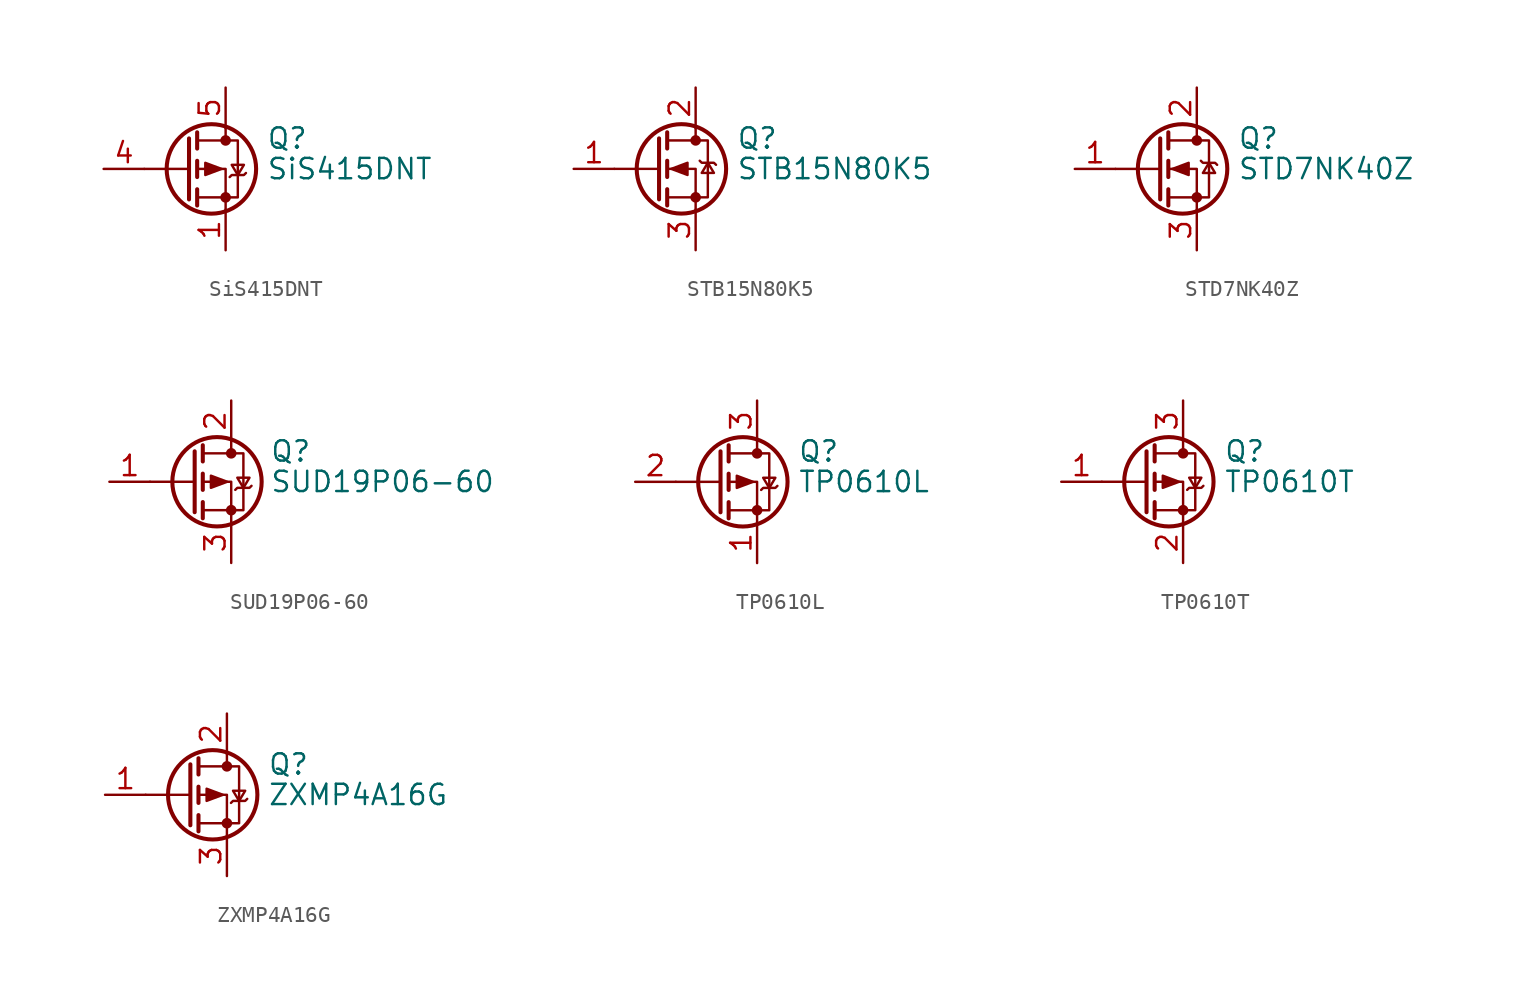
<source format=kicad_sym>
(kicad_symbol_lib
  (version 20241209)
  (generator "kicad_symbol_editor")
  (generator_version "9.0")
  (symbol "SiS415DNT"
    (pin_names
      (hide yes))
    (property "Reference" "Q"
      (at 5.08 1.905 0)
      (effects (font (size 1.27 1.27)) (justify left)))
    (property "Value" "SiS415DNT"
      (at 5.08 0 0)
      (effects (font (size 1.27 1.27)) (justify left)))
    (symbol "SiS415DNT_0_1"
      (polyline (pts (xy 0.254 1.905) (xy 0.254 -1.905)) (stroke (width 0.254) (type default)) (fill (type none)))
      (polyline (pts (xy 0.254 0) (xy -2.54 0)) (stroke (width 0) (type default)) (fill (type none)))
      (polyline (pts (xy 0.762 2.286) (xy 0.762 1.27)) (stroke (width 0.254) (type default)) (fill (type none)))
      (polyline (pts (xy 0.762 1.778) (xy 3.302 1.778) (xy 3.302 -1.778) (xy 0.762 -1.778)) (stroke (width 0) (type default)) (fill (type none)))
      (polyline (pts (xy 0.762 0.508) (xy 0.762 -0.508)) (stroke (width 0.254) (type default)) (fill (type none)))
      (polyline (pts (xy 0.762 -1.27) (xy 0.762 -2.286)) (stroke (width 0.254) (type default)) (fill (type none)))
      (circle (center 1.651 0) (radius 2.794) (stroke (width 0.254) (type default)) (fill (type none)))
      (polyline (pts (xy 2.286 0) (xy 1.27 0.381) (xy 1.27 -0.381) (xy 2.286 0)) (stroke (width 0) (type default)) (fill (type outline)))
      (polyline (pts (xy 2.54 2.54) (xy 2.54 1.778)) (stroke (width 0) (type default)) (fill (type none)))
      (circle (center 2.54 1.778) (radius 0.254) (stroke (width 0) (type default)) (fill (type outline)))
      (circle (center 2.54 -1.778) (radius 0.254) (stroke (width 0) (type default)) (fill (type outline)))
      (polyline (pts (xy 2.54 -2.54) (xy 2.54 0) (xy 0.762 0)) (stroke (width 0) (type default)) (fill (type none)))
      (polyline (pts (xy 2.794 -0.508) (xy 2.921 -0.381) (xy 3.683 -0.381) (xy 3.81 -0.254)) (stroke (width 0) (type default)) (fill (type none)))
      (polyline (pts (xy 3.302 -0.381) (xy 2.921 0.254) (xy 3.683 0.254) (xy 3.302 -0.381)) (stroke (width 0) (type default)) (fill (type none))))
    (symbol "SiS415DNT_1_1"
      (pin passive line (at -5.08 0 0) (length 2.54) (name "G" (effects (font (size 1.27 1.27)))) (number "4" (effects (font (size 1.27 1.27)))))
      (pin passive line (at 2.54 5.08 270) (length 2.54) (name "D" (effects (font (size 1.27 1.27)))) (number "5" (effects (font (size 1.27 1.27)))))
      (pin passive line (at 2.54 -5.08 90) (length 2.54) (name "S" (effects (font (size 1.27 1.27)))) (number "1" (effects (font (size 1.27 1.27)))))
      (pin passive line (at 2.54 -5.08 90) (length 2.54) (hide yes) (name "S" (effects (font (size 1.27 1.27)))) (number "2" (effects (font (size 1.27 1.27)))))
      (pin passive line (at 2.54 -5.08 90) (length 2.54) (hide yes) (name "S" (effects (font (size 1.27 1.27)))) (number "3" (effects (font (size 1.27 1.27)))))))
  (symbol "STB15N80K5"
    (pin_names
      (hide yes))
    (property "Reference" "Q"
      (at 5.08 1.905 0)
      (effects (font (size 1.27 1.27)) (justify left)))
    (property "Value" "STB15N80K5"
      (at 5.08 0 0)
      (effects (font (size 1.27 1.27)) (justify left)))
    (symbol "STB15N80K5_0_1"
      (polyline (pts (xy 0.254 1.905) (xy 0.254 -1.905)) (stroke (width 0.254) (type default)) (fill (type none)))
      (polyline (pts (xy 0.254 0) (xy -2.54 0)) (stroke (width 0) (type default)) (fill (type none)))
      (polyline (pts (xy 0.762 2.286) (xy 0.762 1.27)) (stroke (width 0.254) (type default)) (fill (type none)))
      (polyline (pts (xy 0.762 0.508) (xy 0.762 -0.508)) (stroke (width 0.254) (type default)) (fill (type none)))
      (polyline (pts (xy 0.762 -1.27) (xy 0.762 -2.286)) (stroke (width 0.254) (type default)) (fill (type none)))
      (polyline (pts (xy 0.762 -1.778) (xy 3.302 -1.778) (xy 3.302 1.778) (xy 0.762 1.778)) (stroke (width 0) (type default)) (fill (type none)))
      (polyline (pts (xy 1.016 0) (xy 2.032 0.381) (xy 2.032 -0.381) (xy 1.016 0)) (stroke (width 0) (type default)) (fill (type outline)))
      (circle (center 1.651 0) (radius 2.794) (stroke (width 0.254) (type default)) (fill (type none)))
      (polyline (pts (xy 2.54 2.54) (xy 2.54 1.778)) (stroke (width 0) (type default)) (fill (type none)))
      (circle (center 2.54 1.778) (radius 0.254) (stroke (width 0) (type default)) (fill (type outline)))
      (circle (center 2.54 -1.778) (radius 0.254) (stroke (width 0) (type default)) (fill (type outline)))
      (polyline (pts (xy 2.54 -2.54) (xy 2.54 0) (xy 0.762 0)) (stroke (width 0) (type default)) (fill (type none)))
      (polyline (pts (xy 2.794 0.508) (xy 2.921 0.381) (xy 3.683 0.381) (xy 3.81 0.254)) (stroke (width 0) (type default)) (fill (type none)))
      (polyline (pts (xy 3.302 0.381) (xy 2.921 -0.254) (xy 3.683 -0.254) (xy 3.302 0.381)) (stroke (width 0) (type default)) (fill (type none))))
    (symbol "STB15N80K5_1_1"
      (pin passive line (at -5.08 0 0) (length 2.54) (name "G" (effects (font (size 1.27 1.27)))) (number "1" (effects (font (size 1.27 1.27)))))
      (pin passive line (at 2.54 5.08 270) (length 2.54) (name "D" (effects (font (size 1.27 1.27)))) (number "2" (effects (font (size 1.27 1.27)))))
      (pin passive line (at 2.54 -5.08 90) (length 2.54) (name "S" (effects (font (size 1.27 1.27)))) (number "3" (effects (font (size 1.27 1.27)))))))
  (symbol "STD7NK40Z"
    (pin_names
      (hide yes))
    (property "Reference" "Q"
      (at 5.08 1.905 0)
      (effects (font (size 1.27 1.27)) (justify left)))
    (property "Value" "STD7NK40Z"
      (at 5.08 0 0)
      (effects (font (size 1.27 1.27)) (justify left)))
    (symbol "STD7NK40Z_0_1"
      (polyline (pts (xy 0.254 1.905) (xy 0.254 -1.905)) (stroke (width 0.254) (type default)) (fill (type none)))
      (polyline (pts (xy 0.254 0) (xy -2.54 0)) (stroke (width 0) (type default)) (fill (type none)))
      (polyline (pts (xy 0.762 2.286) (xy 0.762 1.27)) (stroke (width 0.254) (type default)) (fill (type none)))
      (polyline (pts (xy 0.762 0.508) (xy 0.762 -0.508)) (stroke (width 0.254) (type default)) (fill (type none)))
      (polyline (pts (xy 0.762 -1.27) (xy 0.762 -2.286)) (stroke (width 0.254) (type default)) (fill (type none)))
      (polyline (pts (xy 0.762 -1.778) (xy 3.302 -1.778) (xy 3.302 1.778) (xy 0.762 1.778)) (stroke (width 0) (type default)) (fill (type none)))
      (polyline (pts (xy 1.016 0) (xy 2.032 0.381) (xy 2.032 -0.381) (xy 1.016 0)) (stroke (width 0) (type default)) (fill (type outline)))
      (circle (center 1.651 0) (radius 2.794) (stroke (width 0.254) (type default)) (fill (type none)))
      (polyline (pts (xy 2.54 2.54) (xy 2.54 1.778)) (stroke (width 0) (type default)) (fill (type none)))
      (circle (center 2.54 1.778) (radius 0.254) (stroke (width 0) (type default)) (fill (type outline)))
      (circle (center 2.54 -1.778) (radius 0.254) (stroke (width 0) (type default)) (fill (type outline)))
      (polyline (pts (xy 2.54 -2.54) (xy 2.54 0) (xy 0.762 0)) (stroke (width 0) (type default)) (fill (type none)))
      (polyline (pts (xy 2.794 0.508) (xy 2.921 0.381) (xy 3.683 0.381) (xy 3.81 0.254)) (stroke (width 0) (type default)) (fill (type none)))
      (polyline (pts (xy 3.302 0.381) (xy 2.921 -0.254) (xy 3.683 -0.254) (xy 3.302 0.381)) (stroke (width 0) (type default)) (fill (type none))))
    (symbol "STD7NK40Z_1_1"
      (pin passive line (at -5.08 0 0) (length 2.54) (name "G" (effects (font (size 1.27 1.27)))) (number "1" (effects (font (size 1.27 1.27)))))
      (pin passive line (at 2.54 5.08 270) (length 2.54) (name "D" (effects (font (size 1.27 1.27)))) (number "2" (effects (font (size 1.27 1.27)))))
      (pin passive line (at 2.54 -5.08 90) (length 2.54) (name "S" (effects (font (size 1.27 1.27)))) (number "3" (effects (font (size 1.27 1.27)))))))
  (symbol "SUD19P06-60"
    (pin_names
      (hide yes))
    (property "Reference" "Q"
      (at 4.953 1.905 0)
      (effects (font (size 1.27 1.27)) (justify left)))
    (property "Value" "SUD19P06-60"
      (at 4.953 0 0)
      (effects (font (size 1.27 1.27)) (justify left)))
    (symbol "SUD19P06-60_0_1"
      (polyline (pts (xy 0.254 1.905) (xy 0.254 -1.905)) (stroke (width 0.254) (type default)) (fill (type none)))
      (polyline (pts (xy 0.254 0) (xy -2.54 0)) (stroke (width 0) (type default)) (fill (type none)))
      (polyline (pts (xy 0.762 2.286) (xy 0.762 1.27)) (stroke (width 0.254) (type default)) (fill (type none)))
      (polyline (pts (xy 0.762 1.778) (xy 3.302 1.778) (xy 3.302 -1.778) (xy 0.762 -1.778)) (stroke (width 0) (type default)) (fill (type none)))
      (polyline (pts (xy 0.762 0.508) (xy 0.762 -0.508)) (stroke (width 0.254) (type default)) (fill (type none)))
      (polyline (pts (xy 0.762 -1.27) (xy 0.762 -2.286)) (stroke (width 0.254) (type default)) (fill (type none)))
      (circle (center 1.651 0) (radius 2.794) (stroke (width 0.254) (type default)) (fill (type none)))
      (polyline (pts (xy 2.286 0) (xy 1.27 0.381) (xy 1.27 -0.381) (xy 2.286 0)) (stroke (width 0) (type default)) (fill (type outline)))
      (polyline (pts (xy 2.54 2.54) (xy 2.54 1.778)) (stroke (width 0) (type default)) (fill (type none)))
      (circle (center 2.54 1.778) (radius 0.254) (stroke (width 0) (type default)) (fill (type outline)))
      (circle (center 2.54 -1.778) (radius 0.254) (stroke (width 0) (type default)) (fill (type outline)))
      (polyline (pts (xy 2.54 -2.54) (xy 2.54 0) (xy 0.762 0)) (stroke (width 0) (type default)) (fill (type none)))
      (polyline (pts (xy 2.794 -0.508) (xy 2.921 -0.381) (xy 3.683 -0.381) (xy 3.81 -0.254)) (stroke (width 0) (type default)) (fill (type none)))
      (polyline (pts (xy 3.302 -0.381) (xy 2.921 0.254) (xy 3.683 0.254) (xy 3.302 -0.381)) (stroke (width 0) (type default)) (fill (type none))))
    (symbol "SUD19P06-60_1_1"
      (pin input line (at -5.08 0 0) (length 2.54) (name "G" (effects (font (size 1.27 1.27)))) (number "1" (effects (font (size 1.27 1.27)))))
      (pin passive line (at 2.54 5.08 270) (length 2.54) (name "D" (effects (font (size 1.27 1.27)))) (number "2" (effects (font (size 1.27 1.27)))))
      (pin passive line (at 2.54 -5.08 90) (length 2.54) (name "S" (effects (font (size 1.27 1.27)))) (number "3" (effects (font (size 1.27 1.27)))))))
  (symbol "TP0610L"
    (pin_names
      (hide yes))
    (property "Reference" "Q"
      (at 5.08 1.905 0)
      (effects (font (size 1.27 1.27)) (justify left)))
    (property "Value" "TP0610L"
      (at 5.08 0 0)
      (effects (font (size 1.27 1.27)) (justify left)))
    (symbol "TP0610L_0_1"
      (polyline (pts (xy 0.254 1.905) (xy 0.254 -1.905)) (stroke (width 0.254) (type default)) (fill (type none)))
      (polyline (pts (xy 0.254 0) (xy -2.54 0)) (stroke (width 0) (type default)) (fill (type none)))
      (polyline (pts (xy 0.762 2.286) (xy 0.762 1.27)) (stroke (width 0.254) (type default)) (fill (type none)))
      (polyline (pts (xy 0.762 1.778) (xy 3.302 1.778) (xy 3.302 -1.778) (xy 0.762 -1.778)) (stroke (width 0) (type default)) (fill (type none)))
      (polyline (pts (xy 0.762 0.508) (xy 0.762 -0.508)) (stroke (width 0.254) (type default)) (fill (type none)))
      (polyline (pts (xy 0.762 -1.27) (xy 0.762 -2.286)) (stroke (width 0.254) (type default)) (fill (type none)))
      (circle (center 1.651 0) (radius 2.794) (stroke (width 0.254) (type default)) (fill (type none)))
      (polyline (pts (xy 2.286 0) (xy 1.27 0.381) (xy 1.27 -0.381) (xy 2.286 0)) (stroke (width 0) (type default)) (fill (type outline)))
      (polyline (pts (xy 2.54 2.54) (xy 2.54 1.778)) (stroke (width 0) (type default)) (fill (type none)))
      (circle (center 2.54 1.778) (radius 0.254) (stroke (width 0) (type default)) (fill (type outline)))
      (circle (center 2.54 -1.778) (radius 0.254) (stroke (width 0) (type default)) (fill (type outline)))
      (polyline (pts (xy 2.54 -2.54) (xy 2.54 0) (xy 0.762 0)) (stroke (width 0) (type default)) (fill (type none)))
      (polyline (pts (xy 2.794 -0.508) (xy 2.921 -0.381) (xy 3.683 -0.381) (xy 3.81 -0.254)) (stroke (width 0) (type default)) (fill (type none)))
      (polyline (pts (xy 3.302 -0.381) (xy 2.921 0.254) (xy 3.683 0.254) (xy 3.302 -0.381)) (stroke (width 0) (type default)) (fill (type none))))
    (symbol "TP0610L_1_1"
      (pin input line (at -5.08 0 0) (length 2.54) (name "G" (effects (font (size 1.27 1.27)))) (number "2" (effects (font (size 1.27 1.27)))))
      (pin passive line (at 2.54 5.08 270) (length 2.54) (name "D" (effects (font (size 1.27 1.27)))) (number "3" (effects (font (size 1.27 1.27)))))
      (pin passive line (at 2.54 -5.08 90) (length 2.54) (name "S" (effects (font (size 1.27 1.27)))) (number "1" (effects (font (size 1.27 1.27)))))))
  (symbol "TP0610T"
    (pin_names
      (hide yes))
    (property "Reference" "Q"
      (at 5.08 1.905 0)
      (effects (font (size 1.27 1.27)) (justify left)))
    (property "Value" "TP0610T"
      (at 5.08 0 0)
      (effects (font (size 1.27 1.27)) (justify left)))
    (symbol "TP0610T_0_1"
      (polyline (pts (xy 0.254 1.905) (xy 0.254 -1.905)) (stroke (width 0.254) (type default)) (fill (type none)))
      (polyline (pts (xy 0.254 0) (xy -2.54 0)) (stroke (width 0) (type default)) (fill (type none)))
      (polyline (pts (xy 0.762 2.286) (xy 0.762 1.27)) (stroke (width 0.254) (type default)) (fill (type none)))
      (polyline (pts (xy 0.762 1.778) (xy 3.302 1.778) (xy 3.302 -1.778) (xy 0.762 -1.778)) (stroke (width 0) (type default)) (fill (type none)))
      (polyline (pts (xy 0.762 0.508) (xy 0.762 -0.508)) (stroke (width 0.254) (type default)) (fill (type none)))
      (polyline (pts (xy 0.762 -1.27) (xy 0.762 -2.286)) (stroke (width 0.254) (type default)) (fill (type none)))
      (circle (center 1.651 0) (radius 2.794) (stroke (width 0.254) (type default)) (fill (type none)))
      (polyline (pts (xy 2.286 0) (xy 1.27 0.381) (xy 1.27 -0.381) (xy 2.286 0)) (stroke (width 0) (type default)) (fill (type outline)))
      (polyline (pts (xy 2.54 2.54) (xy 2.54 1.778)) (stroke (width 0) (type default)) (fill (type none)))
      (circle (center 2.54 1.778) (radius 0.254) (stroke (width 0) (type default)) (fill (type outline)))
      (circle (center 2.54 -1.778) (radius 0.254) (stroke (width 0) (type default)) (fill (type outline)))
      (polyline (pts (xy 2.54 -2.54) (xy 2.54 0) (xy 0.762 0)) (stroke (width 0) (type default)) (fill (type none)))
      (polyline (pts (xy 2.794 -0.508) (xy 2.921 -0.381) (xy 3.683 -0.381) (xy 3.81 -0.254)) (stroke (width 0) (type default)) (fill (type none)))
      (polyline (pts (xy 3.302 -0.381) (xy 2.921 0.254) (xy 3.683 0.254) (xy 3.302 -0.381)) (stroke (width 0) (type default)) (fill (type none))))
    (symbol "TP0610T_1_1"
      (pin input line (at -5.08 0 0) (length 2.54) (name "G" (effects (font (size 1.27 1.27)))) (number "1" (effects (font (size 1.27 1.27)))))
      (pin passive line (at 2.54 5.08 270) (length 2.54) (name "D" (effects (font (size 1.27 1.27)))) (number "3" (effects (font (size 1.27 1.27)))))
      (pin passive line (at 2.54 -5.08 90) (length 2.54) (name "S" (effects (font (size 1.27 1.27)))) (number "2" (effects (font (size 1.27 1.27)))))))
  (symbol "ZXMP4A16G"
    (pin_names
      (hide yes))
    (property "Reference" "Q"
      (at 5.08 1.905 0)
      (effects (font (size 1.27 1.27)) (justify left)))
    (property "Value" "ZXMP4A16G"
      (at 5.08 0 0)
      (effects (font (size 1.27 1.27)) (justify left)))
    (symbol "ZXMP4A16G_0_1"
      (polyline (pts (xy 0.254 1.905) (xy 0.254 -1.905)) (stroke (width 0.254) (type default)) (fill (type none)))
      (polyline (pts (xy 0.254 0) (xy -2.54 0)) (stroke (width 0) (type default)) (fill (type none)))
      (polyline (pts (xy 0.762 2.286) (xy 0.762 1.27)) (stroke (width 0.254) (type default)) (fill (type none)))
      (polyline (pts (xy 0.762 1.778) (xy 3.302 1.778) (xy 3.302 -1.778) (xy 0.762 -1.778)) (stroke (width 0) (type default)) (fill (type none)))
      (polyline (pts (xy 0.762 0.508) (xy 0.762 -0.508)) (stroke (width 0.254) (type default)) (fill (type none)))
      (polyline (pts (xy 0.762 -1.27) (xy 0.762 -2.286)) (stroke (width 0.254) (type default)) (fill (type none)))
      (circle (center 1.651 0) (radius 2.794) (stroke (width 0.254) (type default)) (fill (type none)))
      (polyline (pts (xy 2.286 0) (xy 1.27 0.381) (xy 1.27 -0.381) (xy 2.286 0)) (stroke (width 0) (type default)) (fill (type outline)))
      (polyline (pts (xy 2.54 2.54) (xy 2.54 1.778)) (stroke (width 0) (type default)) (fill (type none)))
      (circle (center 2.54 1.778) (radius 0.254) (stroke (width 0) (type default)) (fill (type outline)))
      (circle (center 2.54 -1.778) (radius 0.254) (stroke (width 0) (type default)) (fill (type outline)))
      (polyline (pts (xy 2.54 -2.54) (xy 2.54 0) (xy 0.762 0)) (stroke (width 0) (type default)) (fill (type none)))
      (polyline (pts (xy 2.794 -0.508) (xy 2.921 -0.381) (xy 3.683 -0.381) (xy 3.81 -0.254)) (stroke (width 0) (type default)) (fill (type none)))
      (polyline (pts (xy 3.302 -0.381) (xy 2.921 0.254) (xy 3.683 0.254) (xy 3.302 -0.381)) (stroke (width 0) (type default)) (fill (type none))))
    (symbol "ZXMP4A16G_1_1"
      (pin input line (at -5.08 0 0) (length 2.54) (name "G" (effects (font (size 1.27 1.27)))) (number "1" (effects (font (size 1.27 1.27)))))
      (pin passive line (at 2.54 5.08 270) (length 2.54) (name "D" (effects (font (size 1.27 1.27)))) (number "2" (effects (font (size 1.27 1.27)))))
      (pin passive line (at 2.54 -5.08 90) (length 2.54) (name "S" (effects (font (size 1.27 1.27)))) (number "3" (effects (font (size 1.27 1.27))))))))
</source>
